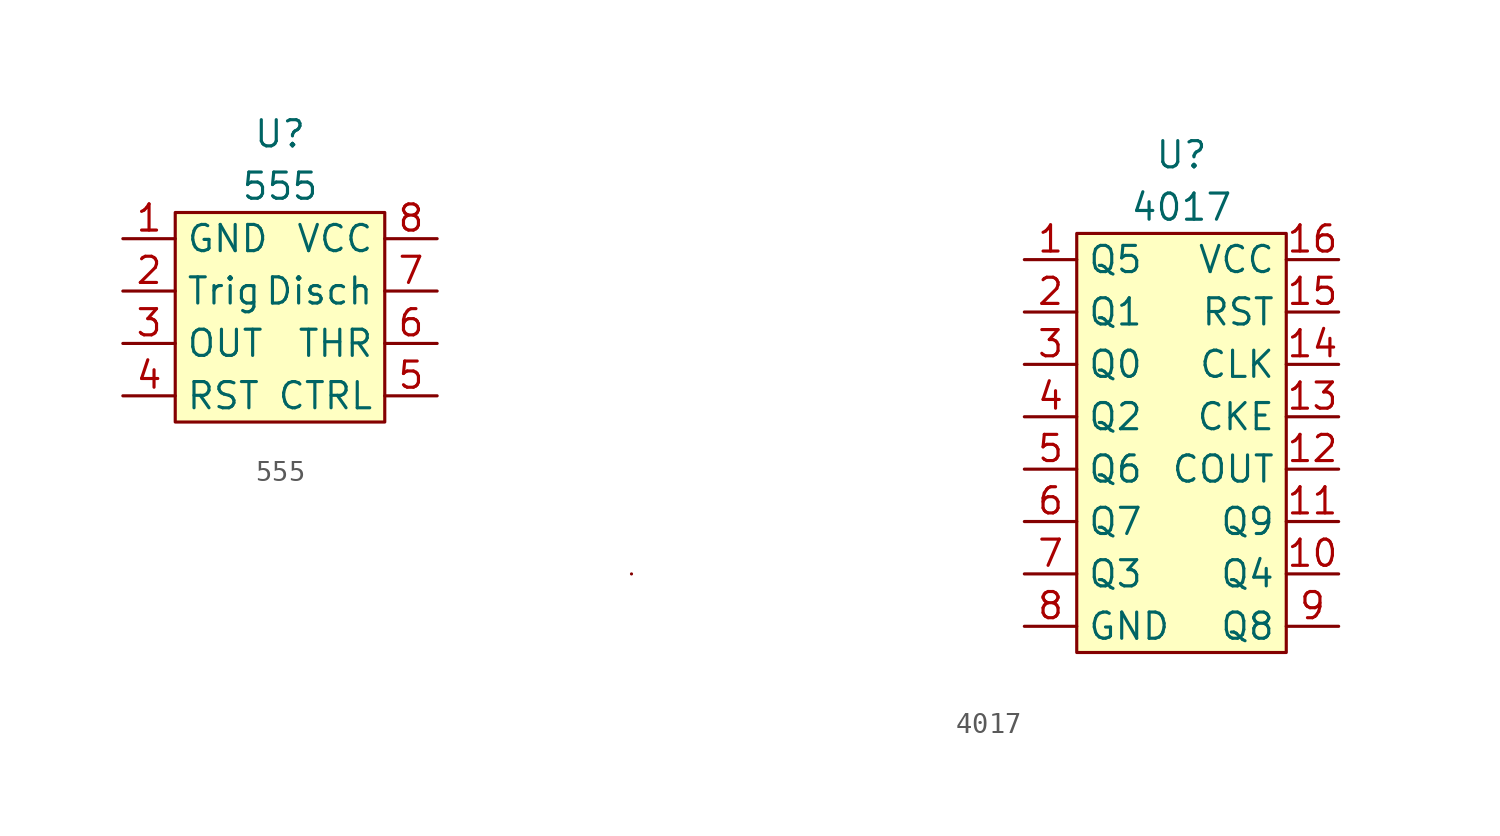
<source format=kicad_sym>
(kicad_symbol_lib
  (version 20211014)
  (generator kicad_symbol_editor)
  (symbol "555"
    (property "Reference" "U"
      (at 0 3.81 0)
      (effects (font (size 1.27 1.27))))
    (property "Value" "555"
      (at 0 1.27 0)
      (effects (font (size 1.27 1.27))))
    (symbol "555_0_1"
      (rectangle (start -5.08 0) (end 5.08 -10.16) (stroke (width 0) (type default) (color 0 0 0 0)) (fill (type background))))
    (symbol "555_1_1"
      (pin input line (at -7.62 -1.27 0) (length 2.54) (name "GND" (effects (font (size 1.27 1.27)))) (number "1" (effects (font (size 1.27 1.27)))))
      (pin input line (at -7.62 -3.81 0) (length 2.54) (name "Trig" (effects (font (size 1.27 1.27)))) (number "2" (effects (font (size 1.27 1.27)))))
      (pin input line (at -7.62 -6.35 0) (length 2.54) (name "OUT" (effects (font (size 1.27 1.27)))) (number "3" (effects (font (size 1.27 1.27)))))
      (pin input line (at -7.62 -8.89 0) (length 2.54) (name "RST" (effects (font (size 1.27 1.27)))) (number "4" (effects (font (size 1.27 1.27)))))
      (pin input line (at 7.62 -8.89 180) (length 2.54) (name "CTRL" (effects (font (size 1.27 1.27)))) (number "5" (effects (font (size 1.27 1.27)))))
      (pin input line (at 7.62 -6.35 180) (length 2.54) (name "THR" (effects (font (size 1.27 1.27)))) (number "6" (effects (font (size 1.27 1.27)))))
      (pin input line (at 7.62 -3.81 180) (length 2.54) (name "Disch" (effects (font (size 1.27 1.27)))) (number "7" (effects (font (size 1.27 1.27)))))
      (pin input line (at 7.62 -1.27 180) (length 2.54) (name "VCC" (effects (font (size 1.27 1.27)))) (number "8" (effects (font (size 1.27 1.27)))))))
  (symbol "4017"
    (property "Reference" "U"
      (at 0 1.27 0)
      (effects (font (size 1.27 1.27))))
    (property "Value" "4017"
      (at 0 -1.27 0)
      (effects (font (size 1.27 1.27))))
    (symbol "4017_0_1"
      (rectangle (start -26.67 -19.05) (end -26.67 -19.05) (stroke (width 0) (type default) (color 0 0 0 0)) (fill (type none)))
      (rectangle (start -5.08 -2.54) (end 5.08 -22.86) (stroke (width 0) (type default) (color 0 0 0 0)) (fill (type background))))
    (symbol "4017_1_1"
      (pin input line (at -7.62 -3.81 0) (length 2.54) (name "Q5" (effects (font (size 1.27 1.27)))) (number "1" (effects (font (size 1.27 1.27)))))
      (pin input line (at 7.62 -19.05 180) (length 2.54) (name "Q4" (effects (font (size 1.27 1.27)))) (number "10" (effects (font (size 1.27 1.27)))))
      (pin input line (at 7.62 -16.51 180) (length 2.54) (name "Q9" (effects (font (size 1.27 1.27)))) (number "11" (effects (font (size 1.27 1.27)))))
      (pin input line (at 7.62 -13.97 180) (length 2.54) (name "COUT" (effects (font (size 1.27 1.27)))) (number "12" (effects (font (size 1.27 1.27)))))
      (pin input line (at 7.62 -11.43 180) (length 2.54) (name "CKE" (effects (font (size 1.27 1.27)))) (number "13" (effects (font (size 1.27 1.27)))))
      (pin input line (at 7.62 -8.89 180) (length 2.54) (name "CLK" (effects (font (size 1.27 1.27)))) (number "14" (effects (font (size 1.27 1.27)))))
      (pin input line (at 7.62 -6.35 180) (length 2.54) (name "RST" (effects (font (size 1.27 1.27)))) (number "15" (effects (font (size 1.27 1.27)))))
      (pin input line (at 7.62 -3.81 180) (length 2.54) (name "VCC" (effects (font (size 1.27 1.27)))) (number "16" (effects (font (size 1.27 1.27)))))
      (pin input line (at -7.62 -6.35 0) (length 2.54) (name "Q1" (effects (font (size 1.27 1.27)))) (number "2" (effects (font (size 1.27 1.27)))))
      (pin input line (at -7.62 -8.89 0) (length 2.54) (name "Q0" (effects (font (size 1.27 1.27)))) (number "3" (effects (font (size 1.27 1.27)))))
      (pin input line (at -7.62 -11.43 0) (length 2.54) (name "Q2" (effects (font (size 1.27 1.27)))) (number "4" (effects (font (size 1.27 1.27)))))
      (pin input line (at -7.62 -13.97 0) (length 2.54) (name "Q6" (effects (font (size 1.27 1.27)))) (number "5" (effects (font (size 1.27 1.27)))))
      (pin input line (at -7.62 -16.51 0) (length 2.54) (name "Q7" (effects (font (size 1.27 1.27)))) (number "6" (effects (font (size 1.27 1.27)))))
      (pin input line (at -7.62 -19.05 0) (length 2.54) (name "Q3" (effects (font (size 1.27 1.27)))) (number "7" (effects (font (size 1.27 1.27)))))
      (pin input line (at -7.62 -21.59 0) (length 2.54) (name "GND" (effects (font (size 1.27 1.27)))) (number "8" (effects (font (size 1.27 1.27)))))
      (pin input line (at 7.62 -21.59 180) (length 2.54) (name "Q8" (effects (font (size 1.27 1.27)))) (number "9" (effects (font (size 1.27 1.27))))))))
</source>
